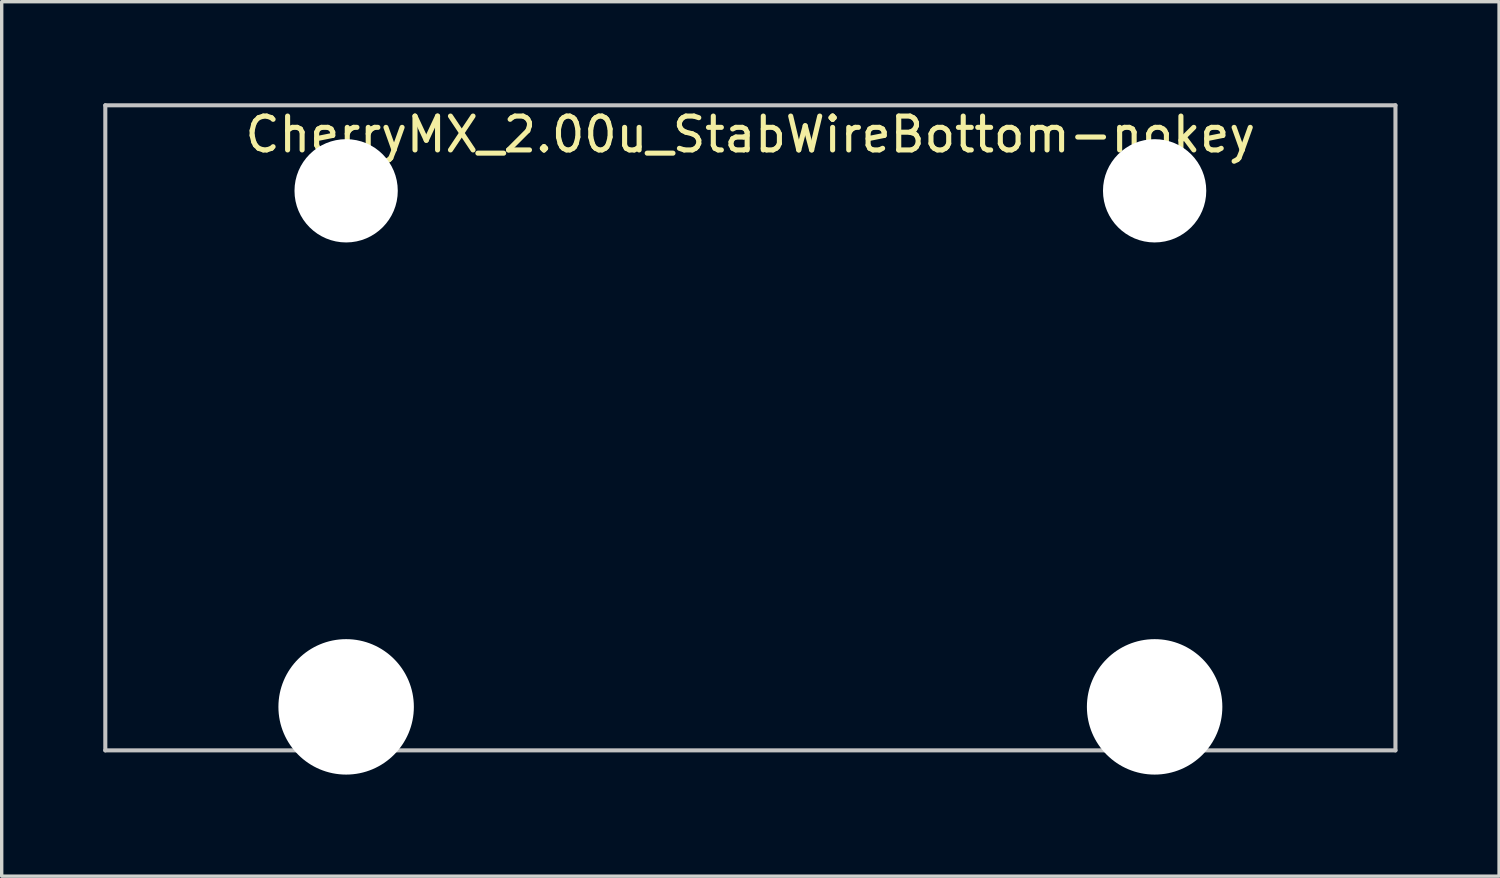
<source format=kicad_pcb>
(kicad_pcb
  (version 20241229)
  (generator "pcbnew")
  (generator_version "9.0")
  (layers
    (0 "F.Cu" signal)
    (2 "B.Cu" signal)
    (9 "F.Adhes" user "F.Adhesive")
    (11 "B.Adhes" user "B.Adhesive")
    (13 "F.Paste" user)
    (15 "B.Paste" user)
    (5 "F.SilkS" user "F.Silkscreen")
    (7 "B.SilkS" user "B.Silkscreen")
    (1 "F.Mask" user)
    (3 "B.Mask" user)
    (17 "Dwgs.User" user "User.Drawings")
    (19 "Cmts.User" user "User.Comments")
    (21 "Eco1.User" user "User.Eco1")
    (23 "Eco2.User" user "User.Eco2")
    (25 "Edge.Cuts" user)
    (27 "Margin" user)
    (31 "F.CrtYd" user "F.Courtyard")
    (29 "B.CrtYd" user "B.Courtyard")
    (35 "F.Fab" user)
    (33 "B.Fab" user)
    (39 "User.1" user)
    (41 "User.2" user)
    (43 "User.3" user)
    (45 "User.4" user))
  (footprint "CherryMX_2.00u_StabWireBottom-nokey"
    (layer "F.Cu")
    (at 19.11 9.585)
    (property "Reference" "CherryMX_2.00u_StabWireBottom-nokey" (at 0 -8.662 0) (layer "F.SilkS") (effects (font (size 1 1) (thickness 0.15))))
    (attr through_hole)
    (fp_line (start -19.05 -9.525) (end 19.05 -9.525) (stroke (width 0.12) (type solid)) (layer "Dwgs.User"))
    (fp_line (start -19.05 9.525) (end -19.05 -9.525) (stroke (width 0.12) (type solid)) (layer "Dwgs.User"))
    (fp_line (start 19.05 -9.525) (end 19.05 9.525) (stroke (width 0.12) (type solid)) (layer "Dwgs.User"))
    (fp_line (start 19.05 9.525) (end -19.05 9.525) (stroke (width 0.12) (type solid)) (layer "Dwgs.User"))
    (pad "" np_thru_hole circle (at -11.938 -7) (size 3.05 3.05) (drill 3.05) (layers "*.Cu" "*.Mask"))
    (pad "" np_thru_hole circle (at -11.938 8.24) (size 4 4) (drill 4) (layers "*.Cu" "*.Mask"))
    (pad "" np_thru_hole circle (at 11.938 -7) (size 3.05 3.05) (drill 3.05) (layers "*.Cu" "*.Mask"))
    (pad "" np_thru_hole circle (at 11.938 8.24) (size 4 4) (drill 4) (layers "*.Cu" "*.Mask")))
  (gr_rect
    (start -3 -3)
    (end 41.22 22.825)
    (stroke (width 0.1) (type default))
    (fill no)
    (layer "Edge.Cuts")))
</source>
